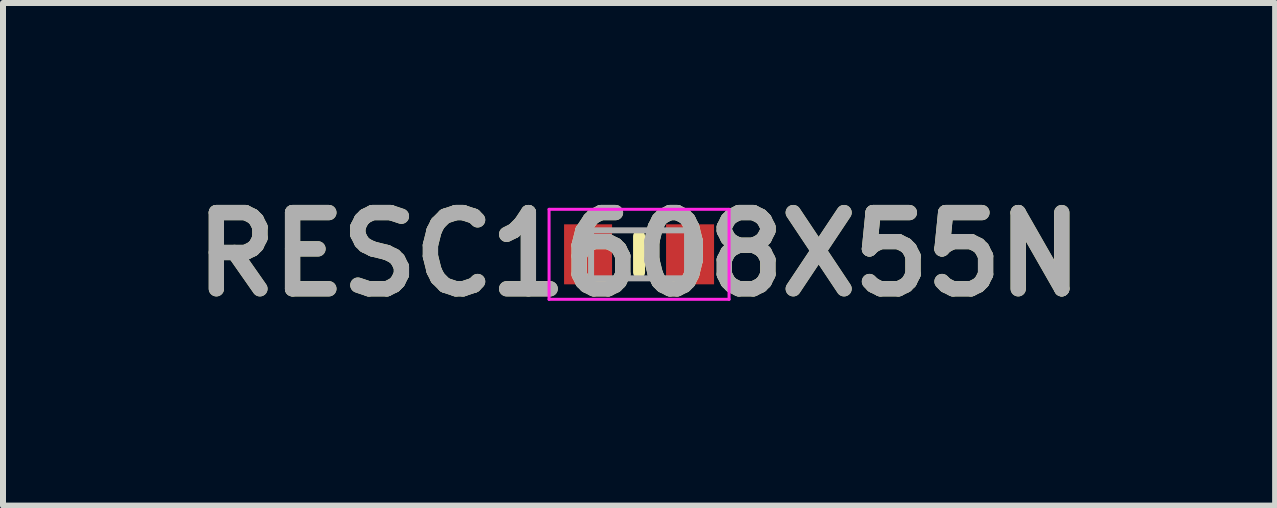
<source format=kicad_pcb>
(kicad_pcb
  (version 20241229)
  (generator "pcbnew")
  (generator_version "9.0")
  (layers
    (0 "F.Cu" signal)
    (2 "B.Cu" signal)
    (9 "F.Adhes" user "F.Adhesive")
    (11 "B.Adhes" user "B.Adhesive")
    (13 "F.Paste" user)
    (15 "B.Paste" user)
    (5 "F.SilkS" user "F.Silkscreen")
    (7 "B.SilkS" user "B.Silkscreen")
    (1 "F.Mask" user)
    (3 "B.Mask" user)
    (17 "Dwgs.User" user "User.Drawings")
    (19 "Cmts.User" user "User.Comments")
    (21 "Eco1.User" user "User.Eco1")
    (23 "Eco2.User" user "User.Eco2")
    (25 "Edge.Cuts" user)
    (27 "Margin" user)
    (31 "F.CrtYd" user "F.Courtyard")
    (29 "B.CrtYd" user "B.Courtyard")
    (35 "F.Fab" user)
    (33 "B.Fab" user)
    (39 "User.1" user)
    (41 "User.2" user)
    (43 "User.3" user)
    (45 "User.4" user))
  (footprint "RESC1608X55N"
    (layer "F.Cu")
    (at 7.602 1.189)
    (property "Reference" "RESC1608X55N" (at 0 0 0) (layer "F.SilkS") (effects (font (size 1.27 1.27) (thickness 0.254))))
    (attr smd)
    (fp_line (start 0 -0.3) (end 0 0.3) (stroke (width 0.2) (type solid)) (layer "F.SilkS"))
    (fp_line (start -1.5 -0.75) (end 1.5 -0.75) (stroke (width 0.05) (type solid)) (layer "F.CrtYd"))
    (fp_line (start -1.5 0.75) (end -1.5 -0.75) (stroke (width 0.05) (type solid)) (layer "F.CrtYd"))
    (fp_line (start 1.5 -0.75) (end 1.5 0.75) (stroke (width 0.05) (type solid)) (layer "F.CrtYd"))
    (fp_line (start 1.5 0.75) (end -1.5 0.75) (stroke (width 0.05) (type solid)) (layer "F.CrtYd"))
    (fp_line (start -0.8 -0.4) (end 0.8 -0.4) (stroke (width 0.1) (type solid)) (layer "F.Fab"))
    (fp_line (start -0.8 0.4) (end -0.8 -0.4) (stroke (width 0.1) (type solid)) (layer "F.Fab"))
    (fp_line (start 0.8 -0.4) (end 0.8 0.4) (stroke (width 0.1) (type solid)) (layer "F.Fab"))
    (fp_line (start 0.8 0.4) (end -0.8 0.4) (stroke (width 0.1) (type solid)) (layer "F.Fab"))
    (fp_text user "${REFERENCE}" (at 0 0 0) (layer "F.Fab") (effects (font (size 1.27 1.27) (thickness 0.254))))
    (pad "1" smd rect (at -0.85 0) (size 0.8 1) (layers "F.Cu" "F.Mask" "F.Paste"))
    (pad "2" smd rect (at 0.85 0) (size 0.8 1) (layers "F.Cu" "F.Mask" "F.Paste")))
  (gr_rect
    (start -3 -3)
    (end 18.204 5.377)
    (stroke (width 0.1) (type default))
    (fill no)
    (layer "Edge.Cuts")))
</source>
